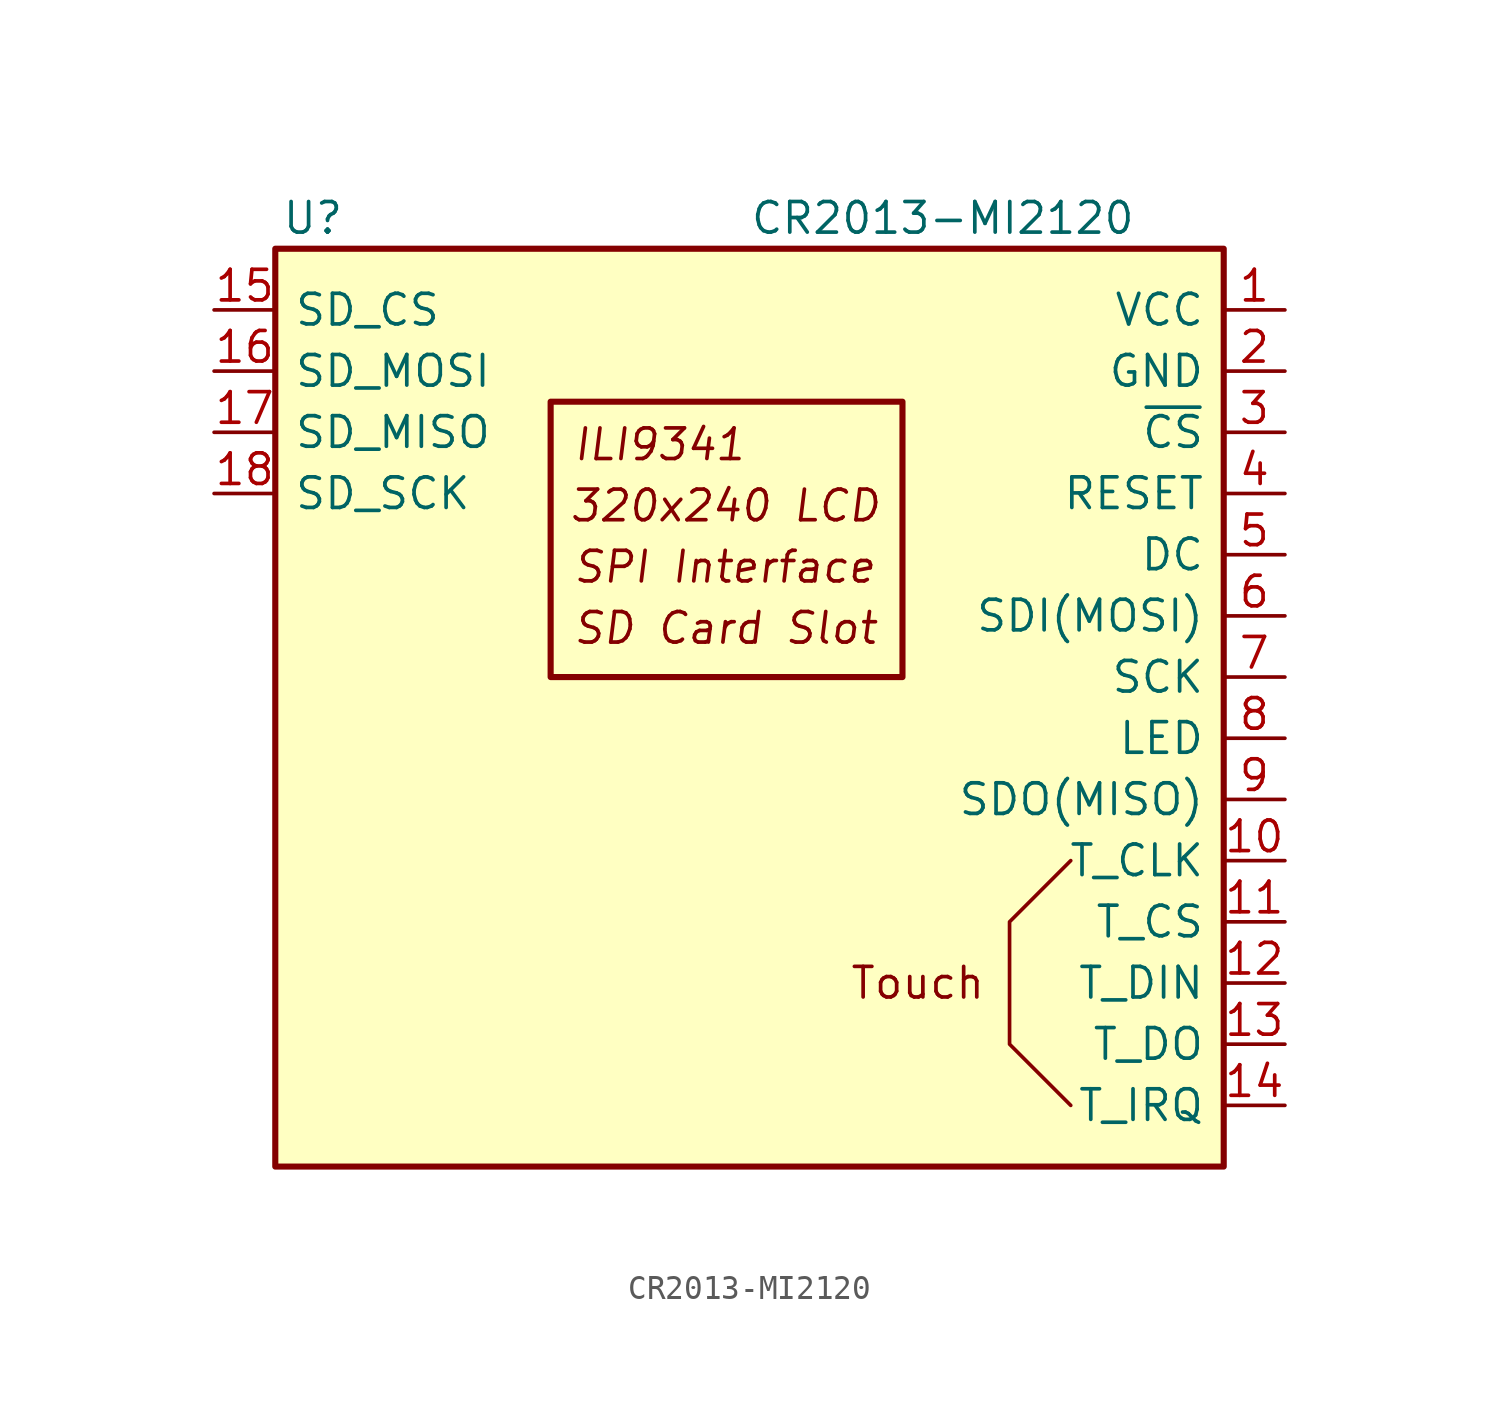
<source format=kicad_sym>
(kicad_symbol_lib
  (version 20220914)
  (generator kicad_symbol_editor)
  (symbol "CR2013-MI2120"
    (pin_names
      (offset 0.762))
    (property "Reference" "U"
      (at -17.526 13.97 0)
      (effects (font (size 1.27 1.27)) (justify left)))
    (property "Value" "CR2013-MI2120"
      (at 1.905 13.97 0)
      (effects (font (size 1.27 1.27)) (justify left)))
    (symbol "CR2013-MI2120_0_0"
      (text "320x240 LCD" (at 0.889 2.032 0) (effects (font (size 1.27 1.27) italic)))
      (text "ILI9341" (at -5.461 4.572 0) (effects (font (size 1.27 1.27) italic) (justify left)))
      (text "SD Card Slot" (at -5.461 -3.048 0) (effects (font (size 1.27 1.27) italic) (justify left)))
      (text "SPI Interface" (at -5.461 -0.508 0) (effects (font (size 1.27 1.27) italic) (justify left))))
    (symbol "CR2013-MI2120_0_1"
      (rectangle (start -17.78 12.7) (end 21.59 -25.4) (stroke (width 0.254) (type default)) (fill (type background)))
      (rectangle (start -6.35 6.35) (end 8.255 -5.08) (stroke (width 0.254) (type default)) (fill (type none)))
      (polyline (pts (xy 15.24 -22.86) (xy 12.7 -20.32) (xy 12.7 -15.24) (xy 15.24 -12.7)) (stroke (width 0) (type default)) (fill (type none))))
    (symbol "CR2013-MI2120_1_1"
      (text "Touch" (at 8.89 -17.78 0) (effects (font (size 1.27 1.27))))
      (pin power_in line (at 24.13 10.16 180) (length 2.54) (name "VCC" (effects (font (size 1.27 1.27)))) (number "1" (effects (font (size 1.27 1.27)))))
      (pin output line (at 24.13 -12.7 180) (length 2.54) (name "T_CLK" (effects (font (size 1.27 1.27)))) (number "10" (effects (font (size 1.27 1.27)))))
      (pin output line (at 24.13 -15.24 180) (length 2.54) (name "T_CS" (effects (font (size 1.27 1.27)))) (number "11" (effects (font (size 1.27 1.27)))))
      (pin output line (at 24.13 -17.78 180) (length 2.54) (name "T_DIN" (effects (font (size 1.27 1.27)))) (number "12" (effects (font (size 1.27 1.27)))))
      (pin output line (at 24.13 -20.32 180) (length 2.54) (name "T_DO" (effects (font (size 1.27 1.27)))) (number "13" (effects (font (size 1.27 1.27)))))
      (pin output line (at 24.13 -22.86 180) (length 2.54) (name "T_IRQ" (effects (font (size 1.27 1.27)))) (number "14" (effects (font (size 1.27 1.27)))))
      (pin input line (at -20.32 10.16 0) (length 2.54) (name "SD_CS" (effects (font (size 1.27 1.27)))) (number "15" (effects (font (size 1.27 1.27)))))
      (pin input line (at -20.32 7.62 0) (length 2.54) (name "SD_MOSI" (effects (font (size 1.27 1.27)))) (number "16" (effects (font (size 1.27 1.27)))))
      (pin output line (at -20.32 5.08 0) (length 2.54) (name "SD_MISO" (effects (font (size 1.27 1.27)))) (number "17" (effects (font (size 1.27 1.27)))))
      (pin input line (at -20.32 2.54 0) (length 2.54) (name "SD_SCK" (effects (font (size 1.27 1.27)))) (number "18" (effects (font (size 1.27 1.27)))))
      (pin power_in line (at 24.13 7.62 180) (length 2.54) (name "GND" (effects (font (size 1.27 1.27)))) (number "2" (effects (font (size 1.27 1.27)))))
      (pin input line (at 24.13 5.08 180) (length 2.54) (name "~{CS}" (effects (font (size 1.27 1.27)))) (number "3" (effects (font (size 1.27 1.27)))))
      (pin input line (at 24.13 2.54 180) (length 2.54) (name "RESET" (effects (font (size 1.27 1.27)))) (number "4" (effects (font (size 1.27 1.27)))))
      (pin input line (at 24.13 0 180) (length 2.54) (name "DC" (effects (font (size 1.27 1.27)))) (number "5" (effects (font (size 1.27 1.27)))))
      (pin input line (at 24.13 -2.54 180) (length 2.54) (name "SDI(MOSI)" (effects (font (size 1.27 1.27)))) (number "6" (effects (font (size 1.27 1.27)))))
      (pin input line (at 24.13 -5.08 180) (length 2.54) (name "SCK" (effects (font (size 1.27 1.27)))) (number "7" (effects (font (size 1.27 1.27)))))
      (pin input line (at 24.13 -7.62 180) (length 2.54) (name "LED" (effects (font (size 1.27 1.27)))) (number "8" (effects (font (size 1.27 1.27)))))
      (pin output line (at 24.13 -10.16 180) (length 2.54) (name "SDO(MISO)" (effects (font (size 1.27 1.27)))) (number "9" (effects (font (size 1.27 1.27))))))))
</source>
